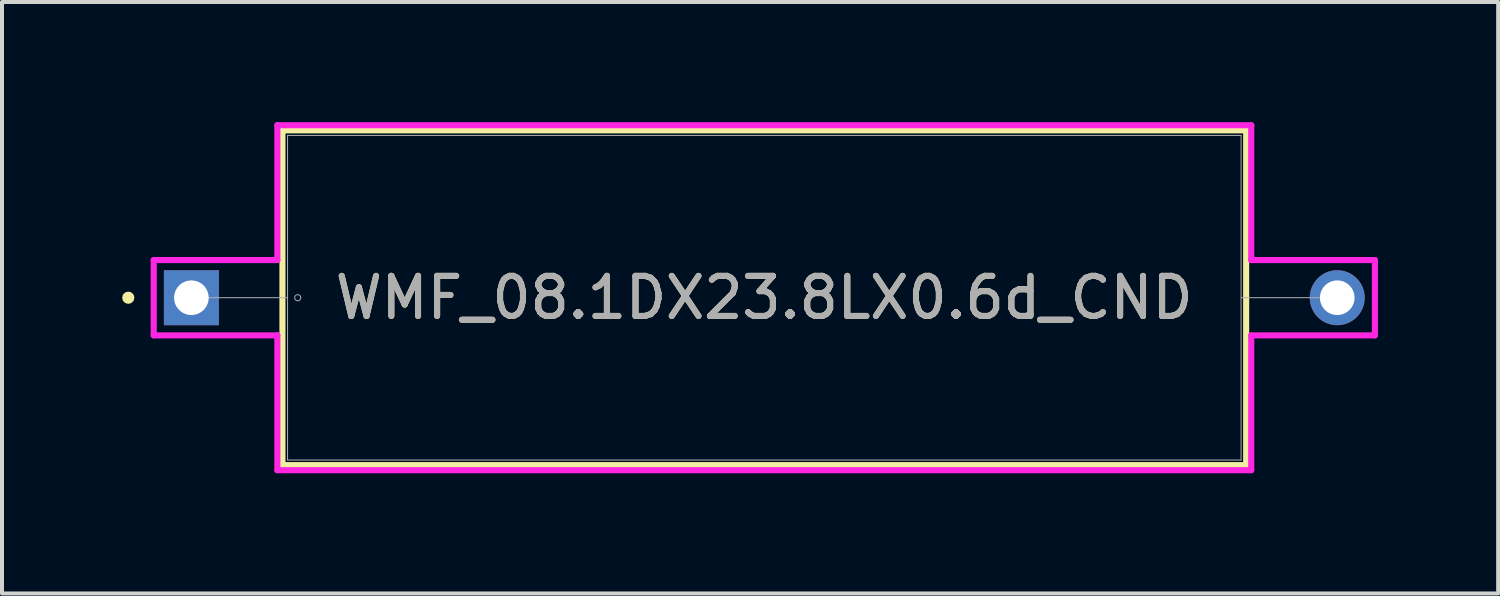
<source format=kicad_pcb>
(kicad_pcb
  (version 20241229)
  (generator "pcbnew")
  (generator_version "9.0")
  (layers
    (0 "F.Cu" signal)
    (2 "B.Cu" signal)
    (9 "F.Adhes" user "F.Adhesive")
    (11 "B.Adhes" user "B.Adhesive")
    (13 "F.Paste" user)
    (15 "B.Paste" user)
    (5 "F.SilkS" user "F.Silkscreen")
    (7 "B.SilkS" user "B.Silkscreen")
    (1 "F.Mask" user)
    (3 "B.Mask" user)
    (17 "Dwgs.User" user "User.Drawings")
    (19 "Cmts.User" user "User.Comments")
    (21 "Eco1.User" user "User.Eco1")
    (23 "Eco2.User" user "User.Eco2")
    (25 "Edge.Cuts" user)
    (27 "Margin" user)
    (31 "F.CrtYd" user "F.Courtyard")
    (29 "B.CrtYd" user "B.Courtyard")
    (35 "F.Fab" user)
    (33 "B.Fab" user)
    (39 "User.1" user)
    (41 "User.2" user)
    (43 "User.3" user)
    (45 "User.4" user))
  (footprint "WMF_08.1DX23.8LX0.6d_CND"
    (layer "F.Cu")
    (at 1.727 4.381)
    (property "Reference" "WMF_08.1DX23.8LX0.6d_CND" (at 14.3 0 0) (unlocked yes) (layer "F.SilkS") (effects (font (size 1 1) (thickness 0.15))))
    (attr through_hole)
    (fp_line (start 2.273 -4.178) (end 2.273 4.178) (stroke (width 0.152) (type solid)) (layer "F.SilkS"))
    (fp_line (start 2.273 4.178) (end 26.327 4.178) (stroke (width 0.152) (type solid)) (layer "F.SilkS"))
    (fp_line (start 26.327 -4.178) (end 2.273 -4.178) (stroke (width 0.152) (type solid)) (layer "F.SilkS"))
    (fp_line (start 26.327 4.178) (end 26.327 -4.178) (stroke (width 0.152) (type solid)) (layer "F.SilkS"))
    (fp_circle (center -1.575 0) (end -1.499 0) (stroke (width 0.152) (type solid)) (fill no) (layer "F.SilkS"))
    (fp_line (start -0.94 -0.94) (end 2.146 -0.94) (stroke (width 0.152) (type solid)) (layer "F.CrtYd"))
    (fp_line (start -0.94 0.94) (end -0.94 -0.94) (stroke (width 0.152) (type solid)) (layer "F.CrtYd"))
    (fp_line (start 2.146 -4.305) (end 26.454 -4.305) (stroke (width 0.152) (type solid)) (layer "F.CrtYd"))
    (fp_line (start 2.146 -0.94) (end 2.146 -4.305) (stroke (width 0.152) (type solid)) (layer "F.CrtYd"))
    (fp_line (start 2.146 0.94) (end -0.94 0.94) (stroke (width 0.152) (type solid)) (layer "F.CrtYd"))
    (fp_line (start 2.146 4.305) (end 2.146 0.94) (stroke (width 0.152) (type solid)) (layer "F.CrtYd"))
    (fp_line (start 2.146 4.305) (end 26.454 4.305) (stroke (width 0.152) (type solid)) (layer "F.CrtYd"))
    (fp_line (start 26.454 -4.305) (end 26.454 -0.94) (stroke (width 0.152) (type solid)) (layer "F.CrtYd"))
    (fp_line (start 26.454 -0.94) (end 29.54 -0.94) (stroke (width 0.152) (type solid)) (layer "F.CrtYd"))
    (fp_line (start 26.454 0.94) (end 26.454 4.305) (stroke (width 0.152) (type solid)) (layer "F.CrtYd"))
    (fp_line (start 29.54 -0.94) (end 29.54 0.94) (stroke (width 0.152) (type solid)) (layer "F.CrtYd"))
    (fp_line (start 29.54 0.94) (end 26.454 0.94) (stroke (width 0.152) (type solid)) (layer "F.CrtYd"))
    (fp_line (start 0 0) (end 2.4 0) (stroke (width 0.025) (type solid)) (layer "F.Fab"))
    (fp_line (start 2.4 -4.051) (end 2.4 4.051) (stroke (width 0.025) (type solid)) (layer "F.Fab"))
    (fp_line (start 2.4 4.051) (end 26.2 4.051) (stroke (width 0.025) (type solid)) (layer "F.Fab"))
    (fp_line (start 26.2 -4.051) (end 2.4 -4.051) (stroke (width 0.025) (type solid)) (layer "F.Fab"))
    (fp_line (start 26.2 4.051) (end 26.2 -4.051) (stroke (width 0.025) (type solid)) (layer "F.Fab"))
    (fp_line (start 28.6 0) (end 26.2 0) (stroke (width 0.025) (type solid)) (layer "F.Fab"))
    (fp_circle (center 2.654 0) (end 2.731 0) (stroke (width 0.025) (type solid)) (fill no) (layer "F.Fab"))
    (fp_text user "${REFERENCE}" (at 14.3 0 0) (unlocked yes) (layer "F.Fab") (effects (font (size 1 1) (thickness 0.15))))
    (pad "1" thru_hole rect (at 0 0) (size 1.372 1.372) (drill 0.864) (layers "*.Cu" "*.Mask"))
    (pad "2" thru_hole circle (at 28.6 0) (size 1.372 1.372) (drill 0.864) (layers "*.Cu" "*.Mask")))
  (gr_rect
    (start -3 -3)
    (end 34.344 11.763)
    (stroke (width 0.1) (type default))
    (fill no)
    (layer "Edge.Cuts")))
</source>
